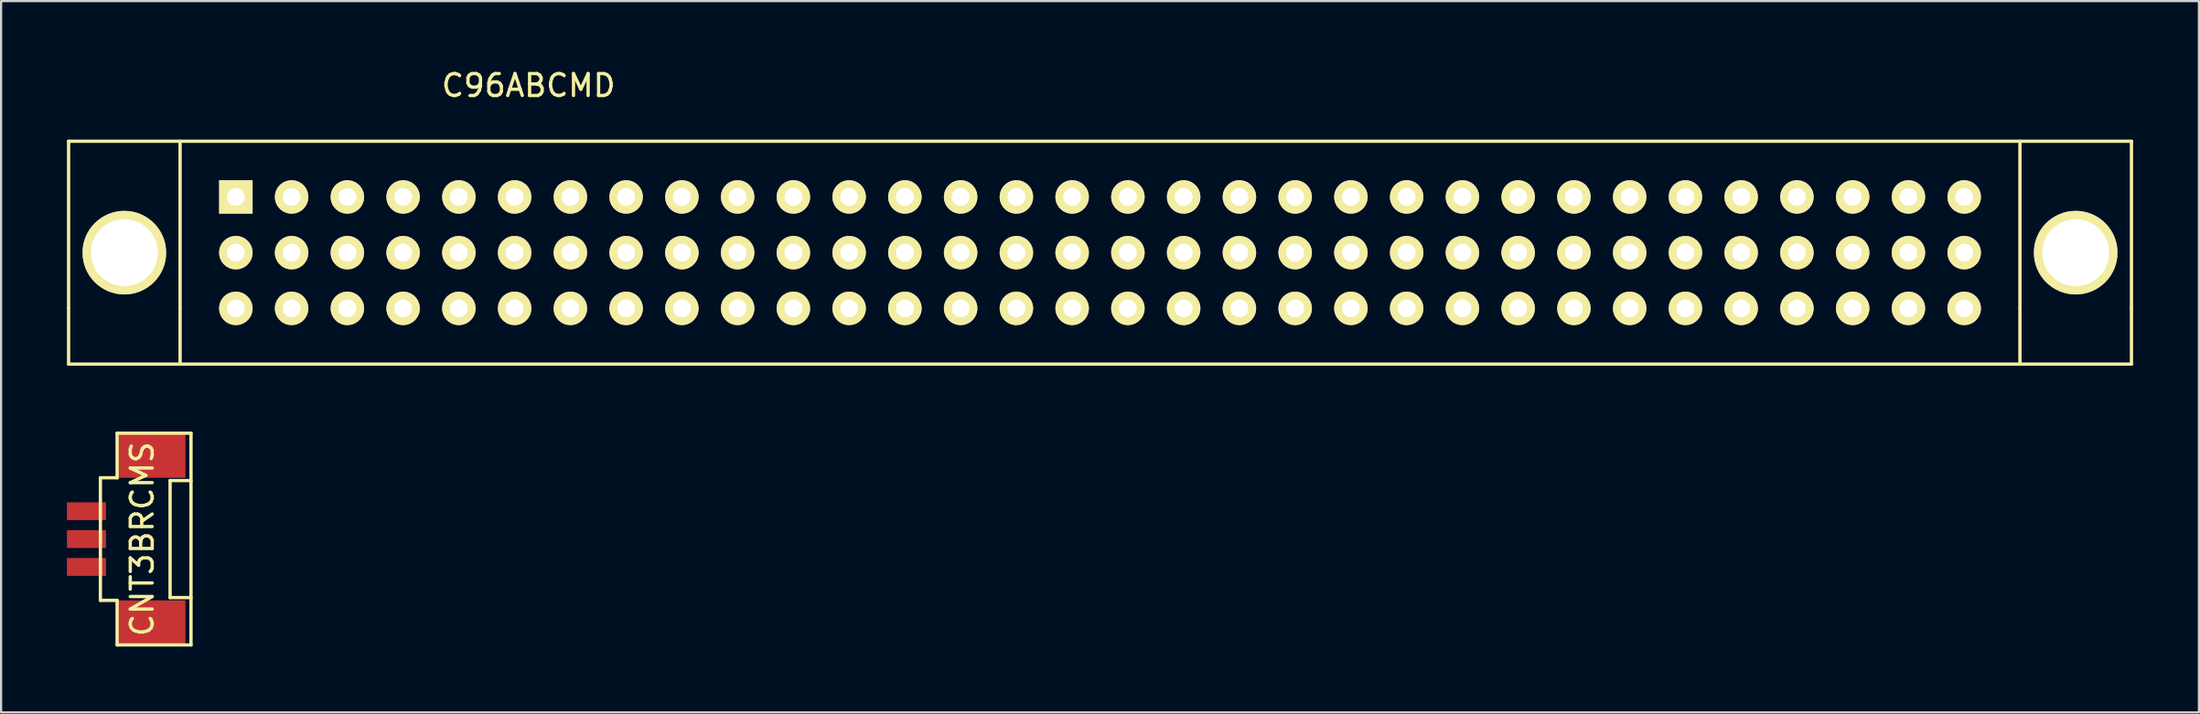
<source format=kicad_pcb>
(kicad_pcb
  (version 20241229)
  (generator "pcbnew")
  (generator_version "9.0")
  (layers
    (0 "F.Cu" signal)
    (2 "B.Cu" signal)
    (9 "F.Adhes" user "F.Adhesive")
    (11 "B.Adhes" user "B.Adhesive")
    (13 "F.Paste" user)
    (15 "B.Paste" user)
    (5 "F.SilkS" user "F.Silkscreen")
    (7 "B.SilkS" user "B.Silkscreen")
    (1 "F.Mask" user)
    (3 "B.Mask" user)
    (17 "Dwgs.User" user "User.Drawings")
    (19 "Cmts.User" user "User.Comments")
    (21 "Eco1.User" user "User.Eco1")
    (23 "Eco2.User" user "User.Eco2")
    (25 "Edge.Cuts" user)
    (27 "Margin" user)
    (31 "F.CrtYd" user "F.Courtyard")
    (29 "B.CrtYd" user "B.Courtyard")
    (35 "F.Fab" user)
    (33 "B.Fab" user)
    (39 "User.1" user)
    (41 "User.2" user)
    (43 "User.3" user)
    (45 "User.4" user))
  (footprint "C96ABCMD"
    (layer "F.Cu")
    (at 47.065 8.468)
    (property "Reference" "C96ABCMD" (at -26.035 -7.62 0) (layer "F.SilkS") (effects (font (size 1 1) (thickness 0.15))))
    (attr through_hole)
    (fp_line (start -46.99 -5.08) (end 46.99 -5.08) (stroke (width 0.15) (type solid)) (layer "F.SilkS"))
    (fp_line (start -46.99 2.54) (end -46.99 -5.08) (stroke (width 0.15) (type solid)) (layer "F.SilkS"))
    (fp_line (start -46.99 2.54) (end -46.99 5.08) (stroke (width 0.15) (type solid)) (layer "F.SilkS"))
    (fp_line (start -46.99 5.08) (end 46.99 5.08) (stroke (width 0.15) (type solid)) (layer "F.SilkS"))
    (fp_line (start -41.91 2.54) (end -41.91 -5.08) (stroke (width 0.15) (type solid)) (layer "F.SilkS"))
    (fp_line (start -41.91 2.54) (end -41.91 5.08) (stroke (width 0.15) (type solid)) (layer "F.SilkS"))
    (fp_line (start 41.91 2.54) (end 41.91 -5.08) (stroke (width 0.15) (type solid)) (layer "F.SilkS"))
    (fp_line (start 41.91 5.08) (end 41.91 2.54) (stroke (width 0.15) (type solid)) (layer "F.SilkS"))
    (fp_line (start 46.99 -5.08) (end 46.99 2.54) (stroke (width 0.15) (type solid)) (layer "F.SilkS"))
    (fp_line (start 46.99 5.08) (end 46.99 2.54) (stroke (width 0.15) (type solid)) (layer "F.SilkS"))
    (pad "65" thru_hole circle (at -44.45 0) (size 3.81 3.81) (drill 3.048) (layers "*.Cu" "*.Mask" "F.SilkS"))
    (pad "66" thru_hole circle (at 44.45 0) (size 3.81 3.81) (drill 3.048) (layers "*.Cu" "*.Mask" "F.SilkS"))
    (pad "A1" thru_hole rect (at -39.37 -2.54) (size 1.524 1.524) (drill 0.813) (layers "*.Cu" "*.Mask" "F.SilkS"))
    (pad "A2" thru_hole circle (at -36.83 -2.54) (size 1.524 1.524) (drill 0.813) (layers "*.Cu" "*.Mask" "F.SilkS"))
    (pad "A3" thru_hole circle (at -34.29 -2.54) (size 1.524 1.524) (drill 0.813) (layers "*.Cu" "*.Mask" "F.SilkS"))
    (pad "A4" thru_hole circle (at -31.75 -2.54) (size 1.524 1.524) (drill 0.813) (layers "*.Cu" "*.Mask" "F.SilkS"))
    (pad "A5" thru_hole circle (at -29.21 -2.54) (size 1.524 1.524) (drill 0.813) (layers "*.Cu" "*.Mask" "F.SilkS"))
    (pad "A6" thru_hole circle (at -26.67 -2.54) (size 1.524 1.524) (drill 0.813) (layers "*.Cu" "*.Mask" "F.SilkS"))
    (pad "A7" thru_hole circle (at -24.13 -2.54) (size 1.524 1.524) (drill 0.813) (layers "*.Cu" "*.Mask" "F.SilkS"))
    (pad "A8" thru_hole circle (at -21.59 -2.54) (size 1.524 1.524) (drill 0.813) (layers "*.Cu" "*.Mask" "F.SilkS"))
    (pad "A9" thru_hole circle (at -19.05 -2.54) (size 1.524 1.524) (drill 0.813) (layers "*.Cu" "*.Mask" "F.SilkS"))
    (pad "A10" thru_hole circle (at -16.51 -2.54) (size 1.524 1.524) (drill 0.813) (layers "*.Cu" "*.Mask" "F.SilkS"))
    (pad "A11" thru_hole circle (at -13.97 -2.54) (size 1.524 1.524) (drill 0.813) (layers "*.Cu" "*.Mask" "F.SilkS"))
    (pad "A12" thru_hole circle (at -11.43 -2.54) (size 1.524 1.524) (drill 0.813) (layers "*.Cu" "*.Mask" "F.SilkS"))
    (pad "A13" thru_hole circle (at -8.89 -2.54) (size 1.524 1.524) (drill 0.813) (layers "*.Cu" "*.Mask" "F.SilkS"))
    (pad "A14" thru_hole circle (at -6.35 -2.54) (size 1.524 1.524) (drill 0.813) (layers "*.Cu" "*.Mask" "F.SilkS"))
    (pad "A15" thru_hole circle (at -3.81 -2.54) (size 1.524 1.524) (drill 0.813) (layers "*.Cu" "*.Mask" "F.SilkS"))
    (pad "A16" thru_hole circle (at -1.27 -2.54) (size 1.524 1.524) (drill 0.813) (layers "*.Cu" "*.Mask" "F.SilkS"))
    (pad "A17" thru_hole circle (at 1.27 -2.54) (size 1.524 1.524) (drill 0.813) (layers "*.Cu" "*.Mask" "F.SilkS"))
    (pad "A18" thru_hole circle (at 3.81 -2.54) (size 1.524 1.524) (drill 0.813) (layers "*.Cu" "*.Mask" "F.SilkS"))
    (pad "A19" thru_hole circle (at 6.35 -2.54) (size 1.524 1.524) (drill 0.813) (layers "*.Cu" "*.Mask" "F.SilkS"))
    (pad "A20" thru_hole circle (at 8.89 -2.54) (size 1.524 1.524) (drill 0.813) (layers "*.Cu" "*.Mask" "F.SilkS"))
    (pad "A21" thru_hole circle (at 11.43 -2.54) (size 1.524 1.524) (drill 0.813) (layers "*.Cu" "*.Mask" "F.SilkS"))
    (pad "A22" thru_hole circle (at 13.97 -2.54) (size 1.524 1.524) (drill 0.813) (layers "*.Cu" "*.Mask" "F.SilkS"))
    (pad "A23" thru_hole circle (at 16.51 -2.54) (size 1.524 1.524) (drill 0.813) (layers "*.Cu" "*.Mask" "F.SilkS"))
    (pad "A24" thru_hole circle (at 19.05 -2.54) (size 1.524 1.524) (drill 0.813) (layers "*.Cu" "*.Mask" "F.SilkS"))
    (pad "A25" thru_hole circle (at 21.59 -2.54) (size 1.524 1.524) (drill 0.813) (layers "*.Cu" "*.Mask" "F.SilkS"))
    (pad "A26" thru_hole circle (at 24.13 -2.54) (size 1.524 1.524) (drill 0.813) (layers "*.Cu" "*.Mask" "F.SilkS"))
    (pad "A27" thru_hole circle (at 26.67 -2.54) (size 1.524 1.524) (drill 0.813) (layers "*.Cu" "*.Mask" "F.SilkS"))
    (pad "A28" thru_hole circle (at 29.21 -2.54) (size 1.524 1.524) (drill 0.813) (layers "*.Cu" "*.Mask" "F.SilkS"))
    (pad "A29" thru_hole circle (at 31.75 -2.54) (size 1.524 1.524) (drill 0.813) (layers "*.Cu" "*.Mask" "F.SilkS"))
    (pad "A30" thru_hole circle (at 34.29 -2.54) (size 1.524 1.524) (drill 0.813) (layers "*.Cu" "*.Mask" "F.SilkS"))
    (pad "A31" thru_hole circle (at 36.83 -2.54) (size 1.524 1.524) (drill 0.813) (layers "*.Cu" "*.Mask" "F.SilkS"))
    (pad "A32" thru_hole circle (at 39.37 -2.54) (size 1.524 1.524) (drill 0.813) (layers "*.Cu" "*.Mask" "F.SilkS"))
    (pad "B1" thru_hole circle (at -39.37 0) (size 1.524 1.524) (drill 0.813) (layers "*.Cu" "*.Mask" "F.SilkS"))
    (pad "B2" thru_hole circle (at -36.83 0) (size 1.524 1.524) (drill 0.813) (layers "*.Cu" "*.Mask" "F.SilkS"))
    (pad "B3" thru_hole circle (at -34.29 0) (size 1.524 1.524) (drill 0.813) (layers "*.Cu" "*.Mask" "F.SilkS"))
    (pad "B4" thru_hole circle (at -31.75 0) (size 1.524 1.524) (drill 0.813) (layers "*.Cu" "*.Mask" "F.SilkS"))
    (pad "B5" thru_hole circle (at -29.21 0) (size 1.524 1.524) (drill 0.813) (layers "*.Cu" "*.Mask" "F.SilkS"))
    (pad "B6" thru_hole circle (at -26.67 0) (size 1.524 1.524) (drill 0.813) (layers "*.Cu" "*.Mask" "F.SilkS"))
    (pad "B7" thru_hole circle (at -24.13 0) (size 1.524 1.524) (drill 0.813) (layers "*.Cu" "*.Mask" "F.SilkS"))
    (pad "B8" thru_hole circle (at -21.59 0) (size 1.524 1.524) (drill 0.813) (layers "*.Cu" "*.Mask" "F.SilkS"))
    (pad "B9" thru_hole circle (at -19.05 0) (size 1.524 1.524) (drill 0.813) (layers "*.Cu" "*.Mask" "F.SilkS"))
    (pad "B10" thru_hole circle (at -16.51 0) (size 1.524 1.524) (drill 0.813) (layers "*.Cu" "*.Mask" "F.SilkS"))
    (pad "B11" thru_hole circle (at -13.97 0) (size 1.524 1.524) (drill 0.813) (layers "*.Cu" "*.Mask" "F.SilkS"))
    (pad "B12" thru_hole circle (at -11.43 0) (size 1.524 1.524) (drill 0.813) (layers "*.Cu" "*.Mask" "F.SilkS"))
    (pad "B13" thru_hole circle (at -8.89 0) (size 1.524 1.524) (drill 0.813) (layers "*.Cu" "*.Mask" "F.SilkS"))
    (pad "B14" thru_hole circle (at -6.35 0) (size 1.524 1.524) (drill 0.813) (layers "*.Cu" "*.Mask" "F.SilkS"))
    (pad "B15" thru_hole circle (at -3.81 0) (size 1.524 1.524) (drill 0.813) (layers "*.Cu" "*.Mask" "F.SilkS"))
    (pad "B16" thru_hole circle (at -1.27 0) (size 1.524 1.524) (drill 0.813) (layers "*.Cu" "*.Mask" "F.SilkS"))
    (pad "B17" thru_hole circle (at 1.27 0) (size 1.524 1.524) (drill 0.813) (layers "*.Cu" "*.Mask" "F.SilkS"))
    (pad "B18" thru_hole circle (at 3.81 0) (size 1.524 1.524) (drill 0.813) (layers "*.Cu" "*.Mask" "F.SilkS"))
    (pad "B19" thru_hole circle (at 6.35 0) (size 1.524 1.524) (drill 0.813) (layers "*.Cu" "*.Mask" "F.SilkS"))
    (pad "B20" thru_hole circle (at 8.89 0) (size 1.524 1.524) (drill 0.813) (layers "*.Cu" "*.Mask" "F.SilkS"))
    (pad "B21" thru_hole circle (at 11.43 0) (size 1.524 1.524) (drill 0.813) (layers "*.Cu" "*.Mask" "F.SilkS"))
    (pad "B22" thru_hole circle (at 13.97 0) (size 1.524 1.524) (drill 0.813) (layers "*.Cu" "*.Mask" "F.SilkS"))
    (pad "B23" thru_hole circle (at 16.51 0) (size 1.524 1.524) (drill 0.813) (layers "*.Cu" "*.Mask" "F.SilkS"))
    (pad "B24" thru_hole circle (at 19.05 0) (size 1.524 1.524) (drill 0.813) (layers "*.Cu" "*.Mask" "F.SilkS"))
    (pad "B25" thru_hole circle (at 21.59 0) (size 1.524 1.524) (drill 0.813) (layers "*.Cu" "*.Mask" "F.SilkS"))
    (pad "B26" thru_hole circle (at 24.13 0) (size 1.524 1.524) (drill 0.813) (layers "*.Cu" "*.Mask" "F.SilkS"))
    (pad "B27" thru_hole circle (at 26.67 0) (size 1.524 1.524) (drill 0.813) (layers "*.Cu" "*.Mask" "F.SilkS"))
    (pad "B28" thru_hole circle (at 29.21 0) (size 1.524 1.524) (drill 0.813) (layers "*.Cu" "*.Mask" "F.SilkS"))
    (pad "B29" thru_hole circle (at 31.75 0) (size 1.524 1.524) (drill 0.813) (layers "*.Cu" "*.Mask" "F.SilkS"))
    (pad "B30" thru_hole circle (at 34.29 0) (size 1.524 1.524) (drill 0.813) (layers "*.Cu" "*.Mask" "F.SilkS"))
    (pad "B31" thru_hole circle (at 36.83 0) (size 1.524 1.524) (drill 0.813) (layers "*.Cu" "*.Mask" "F.SilkS"))
    (pad "B32" thru_hole circle (at 39.37 0) (size 1.524 1.524) (drill 0.813) (layers "*.Cu" "*.Mask" "F.SilkS"))
    (pad "C1" thru_hole circle (at -39.37 2.54) (size 1.524 1.524) (drill 0.813) (layers "*.Cu" "*.Mask" "F.SilkS"))
    (pad "C2" thru_hole circle (at -36.83 2.54) (size 1.524 1.524) (drill 0.813) (layers "*.Cu" "*.Mask" "F.SilkS"))
    (pad "C3" thru_hole circle (at -34.29 2.54) (size 1.524 1.524) (drill 0.813) (layers "*.Cu" "*.Mask" "F.SilkS"))
    (pad "C4" thru_hole circle (at -31.75 2.54) (size 1.524 1.524) (drill 0.813) (layers "*.Cu" "*.Mask" "F.SilkS"))
    (pad "C5" thru_hole circle (at -29.21 2.54) (size 1.524 1.524) (drill 0.813) (layers "*.Cu" "*.Mask" "F.SilkS"))
    (pad "C6" thru_hole circle (at -26.67 2.54) (size 1.524 1.524) (drill 0.813) (layers "*.Cu" "*.Mask" "F.SilkS"))
    (pad "C7" thru_hole circle (at -24.13 2.54) (size 1.524 1.524) (drill 0.813) (layers "*.Cu" "*.Mask" "F.SilkS"))
    (pad "C8" thru_hole circle (at -21.59 2.54) (size 1.524 1.524) (drill 0.813) (layers "*.Cu" "*.Mask" "F.SilkS"))
    (pad "C9" thru_hole circle (at -19.05 2.54) (size 1.524 1.524) (drill 0.813) (layers "*.Cu" "*.Mask" "F.SilkS"))
    (pad "C10" thru_hole circle (at -16.51 2.54) (size 1.524 1.524) (drill 0.813) (layers "*.Cu" "*.Mask" "F.SilkS"))
    (pad "C11" thru_hole circle (at -13.97 2.54) (size 1.524 1.524) (drill 0.813) (layers "*.Cu" "*.Mask" "F.SilkS"))
    (pad "C12" thru_hole circle (at -11.43 2.54) (size 1.524 1.524) (drill 0.813) (layers "*.Cu" "*.Mask" "F.SilkS"))
    (pad "C13" thru_hole circle (at -8.89 2.54) (size 1.524 1.524) (drill 0.813) (layers "*.Cu" "*.Mask" "F.SilkS"))
    (pad "C14" thru_hole circle (at -6.35 2.54) (size 1.524 1.524) (drill 0.813) (layers "*.Cu" "*.Mask" "F.SilkS"))
    (pad "C15" thru_hole circle (at -3.81 2.54) (size 1.524 1.524) (drill 0.813) (layers "*.Cu" "*.Mask" "F.SilkS"))
    (pad "C16" thru_hole circle (at -1.27 2.54) (size 1.524 1.524) (drill 0.813) (layers "*.Cu" "*.Mask" "F.SilkS"))
    (pad "C17" thru_hole circle (at 1.27 2.54) (size 1.524 1.524) (drill 0.813) (layers "*.Cu" "*.Mask" "F.SilkS"))
    (pad "C18" thru_hole circle (at 3.81 2.54) (size 1.524 1.524) (drill 0.813) (layers "*.Cu" "*.Mask" "F.SilkS"))
    (pad "C19" thru_hole circle (at 6.35 2.54) (size 1.524 1.524) (drill 0.813) (layers "*.Cu" "*.Mask" "F.SilkS"))
    (pad "C20" thru_hole circle (at 8.89 2.54) (size 1.524 1.524) (drill 0.813) (layers "*.Cu" "*.Mask" "F.SilkS"))
    (pad "C21" thru_hole circle (at 11.43 2.54) (size 1.524 1.524) (drill 0.813) (layers "*.Cu" "*.Mask" "F.SilkS"))
    (pad "C22" thru_hole circle (at 13.97 2.54) (size 1.524 1.524) (drill 0.813) (layers "*.Cu" "*.Mask" "F.SilkS"))
    (pad "C23" thru_hole circle (at 16.51 2.54) (size 1.524 1.524) (drill 0.813) (layers "*.Cu" "*.Mask" "F.SilkS"))
    (pad "C24" thru_hole circle (at 19.05 2.54) (size 1.524 1.524) (drill 0.813) (layers "*.Cu" "*.Mask" "F.SilkS"))
    (pad "C25" thru_hole circle (at 21.59 2.54) (size 1.524 1.524) (drill 0.813) (layers "*.Cu" "*.Mask" "F.SilkS"))
    (pad "C26" thru_hole circle (at 24.13 2.54) (size 1.524 1.524) (drill 0.813) (layers "*.Cu" "*.Mask" "F.SilkS"))
    (pad "C27" thru_hole circle (at 26.67 2.54) (size 1.524 1.524) (drill 0.813) (layers "*.Cu" "*.Mask" "F.SilkS"))
    (pad "C28" thru_hole circle (at 29.21 2.54) (size 1.524 1.524) (drill 0.813) (layers "*.Cu" "*.Mask" "F.SilkS"))
    (pad "C29" thru_hole circle (at 31.75 2.54) (size 1.524 1.524) (drill 0.813) (layers "*.Cu" "*.Mask" "F.SilkS"))
    (pad "C30" thru_hole circle (at 34.29 2.54) (size 1.524 1.524) (drill 0.813) (layers "*.Cu" "*.Mask" "F.SilkS"))
    (pad "C31" thru_hole circle (at 36.83 2.54) (size 1.524 1.524) (drill 0.813) (layers "*.Cu" "*.Mask" "F.SilkS"))
    (pad "C32" thru_hole circle (at 39.37 2.54) (size 1.524 1.524) (drill 0.813) (layers "*.Cu" "*.Mask" "F.SilkS")))
  (footprint "CNT3BRCMS"
    (layer "F.Cu")
    (at 0.889 21.524)
    (property "Reference" "CNT3BRCMS" (at 2.54 0 90) (layer "F.SilkS") (effects (font (size 1 1) (thickness 0.15))))
    (attr smd)
    (fp_line (start 0.635 -2.794) (end 1.397 -2.794) (stroke (width 0.15) (type solid)) (layer "F.SilkS"))
    (fp_line (start 0.635 0) (end 0.635 -2.794) (stroke (width 0.15) (type solid)) (layer "F.SilkS"))
    (fp_line (start 0.635 2.794) (end 0.635 0) (stroke (width 0.15) (type solid)) (layer "F.SilkS"))
    (fp_line (start 1.397 -4.826) (end 4.763 -4.826) (stroke (width 0.15) (type solid)) (layer "F.SilkS"))
    (fp_line (start 1.397 -2.794) (end 1.397 -4.826) (stroke (width 0.15) (type solid)) (layer "F.SilkS"))
    (fp_line (start 1.397 2.794) (end 0.635 2.794) (stroke (width 0.15) (type solid)) (layer "F.SilkS"))
    (fp_line (start 1.397 4.826) (end 1.397 2.794) (stroke (width 0.15) (type solid)) (layer "F.SilkS"))
    (fp_line (start 3.81 -2.667) (end 3.81 2.667) (stroke (width 0.15) (type solid)) (layer "F.SilkS"))
    (fp_line (start 3.81 2.667) (end 4.763 2.667) (stroke (width 0.15) (type solid)) (layer "F.SilkS"))
    (fp_line (start 4.763 -4.826) (end 4.763 4.826) (stroke (width 0.15) (type solid)) (layer "F.SilkS"))
    (fp_line (start 4.763 -2.667) (end 3.81 -2.667) (stroke (width 0.15) (type solid)) (layer "F.SilkS"))
    (fp_line (start 4.763 4.826) (end 1.397 4.826) (stroke (width 0.15) (type solid)) (layer "F.SilkS"))
    (pad "" smd rect (at 2.985 -3.81) (size 3.048 2.032) (layers "F.Cu" "F.Mask" "F.Paste"))
    (pad "" smd rect (at 2.985 3.81) (size 3.048 2.032) (layers "F.Cu" "F.Mask" "F.Paste"))
    (pad "1" smd rect (at 0 -1.27) (size 1.778 0.813) (layers "F.Cu" "F.Mask" "F.Paste"))
    (pad "2" smd rect (at 0 0) (size 1.778 0.813) (layers "F.Cu" "F.Mask" "F.Paste"))
    (pad "3" smd rect (at 0 1.27) (size 1.778 0.813) (layers "F.Cu" "F.Mask" "F.Paste")))
  (gr_rect
    (start -3 -3)
    (end 97.13 29.425)
    (stroke (width 0.1) (type default))
    (fill no)
    (layer "Edge.Cuts")))
</source>
